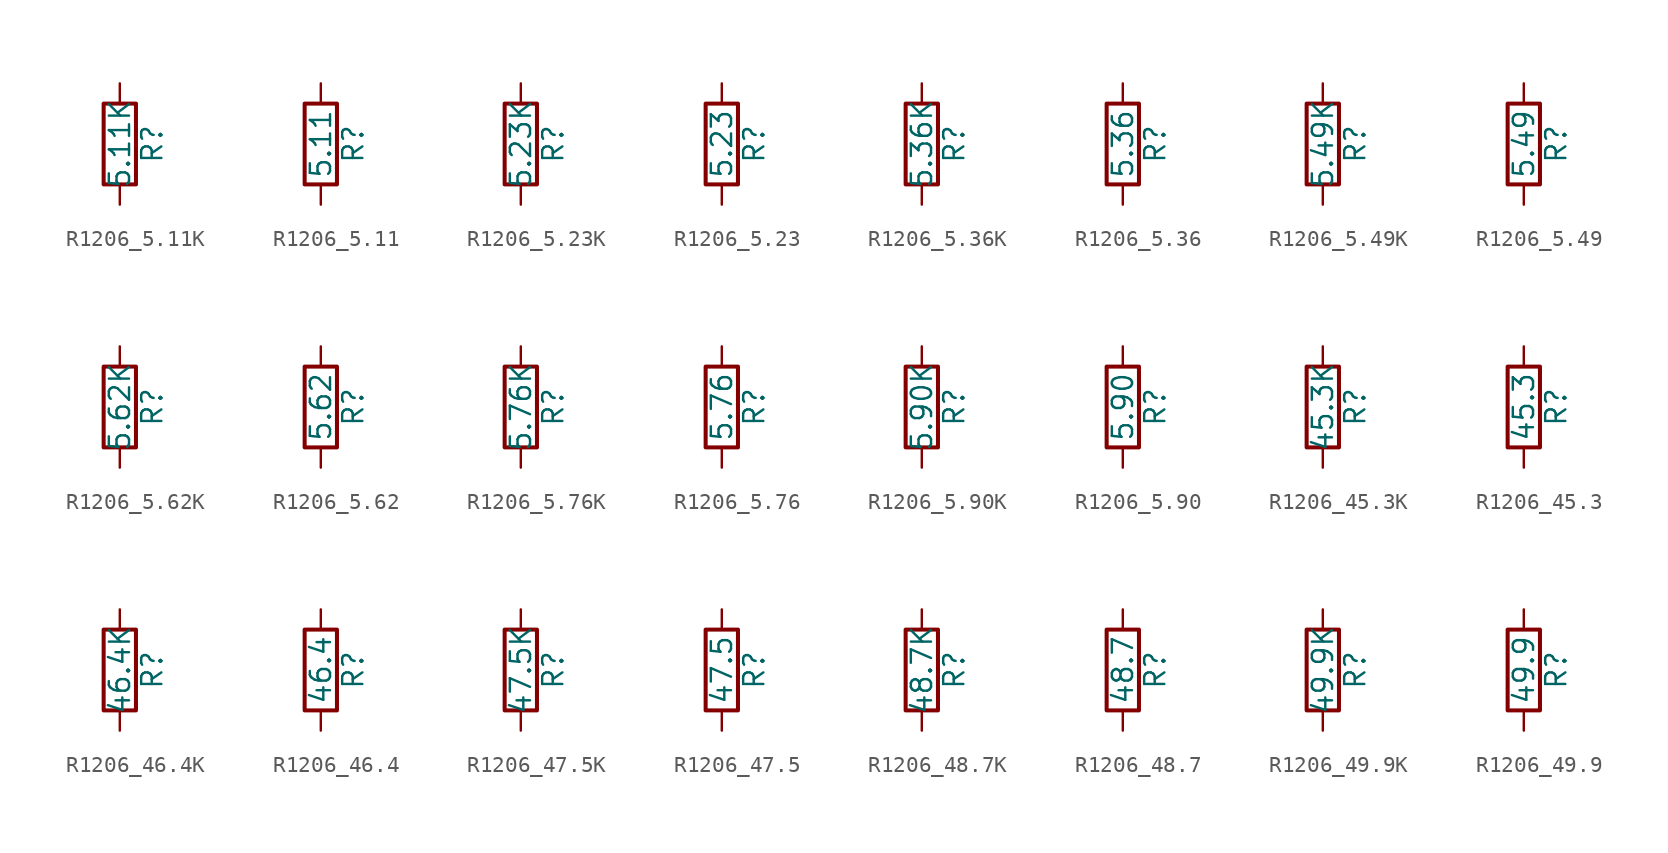
<source format=kicad_sym>
(kicad_symbol_lib
  (version 20211014)
  (generator atlantix-eda)
  (symbol "R1206_5.11K"
    (pin_numbers hide)
    (pin_names
      (offset 0))
    (property "Reference" "R"
      (at 2.032 0 90)
      (effects (font (size 1.27 1.27))))
    (property "Value" "5.11K"
      (at 0 0 90)
      (effects (font (size 1.27 1.27))))
    (symbol "R1206_5.11K_0_1"
      (rectangle (start -1.016 -2.54) (end 1.016 2.54) (stroke (width 0.254) (type default) (color 0 0 0 0)) (fill (type none))))
    (symbol "R1206_5.11K_1_1"
      (pin passive line (at 0 3.81 270) (length 1.27) (name "~" (effects (font (size 1.27 1.27)))) (number "1" (effects (font (size 1.27 1.27)))))
      (pin passive line (at 0 -3.81 90) (length 1.27) (name "~" (effects (font (size 1.27 1.27)))) (number "2" (effects (font (size 1.27 1.27)))))))
  (symbol "R1206_5.11"
    (pin_numbers hide)
    (pin_names
      (offset 0))
    (property "Reference" "R"
      (at 2.032 0 90)
      (effects (font (size 1.27 1.27))))
    (property "Value" "5.11"
      (at 0 0 90)
      (effects (font (size 1.27 1.27))))
    (symbol "R1206_5.11_0_1"
      (rectangle (start -1.016 -2.54) (end 1.016 2.54) (stroke (width 0.254) (type default) (color 0 0 0 0)) (fill (type none))))
    (symbol "R1206_5.11_1_1"
      (pin passive line (at 0 3.81 270) (length 1.27) (name "~" (effects (font (size 1.27 1.27)))) (number "1" (effects (font (size 1.27 1.27)))))
      (pin passive line (at 0 -3.81 90) (length 1.27) (name "~" (effects (font (size 1.27 1.27)))) (number "2" (effects (font (size 1.27 1.27)))))))
  (symbol "R1206_5.23K"
    (pin_numbers hide)
    (pin_names
      (offset 0))
    (property "Reference" "R"
      (at 2.032 0 90)
      (effects (font (size 1.27 1.27))))
    (property "Value" "5.23K"
      (at 0 0 90)
      (effects (font (size 1.27 1.27))))
    (symbol "R1206_5.23K_0_1"
      (rectangle (start -1.016 -2.54) (end 1.016 2.54) (stroke (width 0.254) (type default) (color 0 0 0 0)) (fill (type none))))
    (symbol "R1206_5.23K_1_1"
      (pin passive line (at 0 3.81 270) (length 1.27) (name "~" (effects (font (size 1.27 1.27)))) (number "1" (effects (font (size 1.27 1.27)))))
      (pin passive line (at 0 -3.81 90) (length 1.27) (name "~" (effects (font (size 1.27 1.27)))) (number "2" (effects (font (size 1.27 1.27)))))))
  (symbol "R1206_5.23"
    (pin_numbers hide)
    (pin_names
      (offset 0))
    (property "Reference" "R"
      (at 2.032 0 90)
      (effects (font (size 1.27 1.27))))
    (property "Value" "5.23"
      (at 0 0 90)
      (effects (font (size 1.27 1.27))))
    (symbol "R1206_5.23_0_1"
      (rectangle (start -1.016 -2.54) (end 1.016 2.54) (stroke (width 0.254) (type default) (color 0 0 0 0)) (fill (type none))))
    (symbol "R1206_5.23_1_1"
      (pin passive line (at 0 3.81 270) (length 1.27) (name "~" (effects (font (size 1.27 1.27)))) (number "1" (effects (font (size 1.27 1.27)))))
      (pin passive line (at 0 -3.81 90) (length 1.27) (name "~" (effects (font (size 1.27 1.27)))) (number "2" (effects (font (size 1.27 1.27)))))))
  (symbol "R1206_5.36K"
    (pin_numbers hide)
    (pin_names
      (offset 0))
    (property "Reference" "R"
      (at 2.032 0 90)
      (effects (font (size 1.27 1.27))))
    (property "Value" "5.36K"
      (at 0 0 90)
      (effects (font (size 1.27 1.27))))
    (symbol "R1206_5.36K_0_1"
      (rectangle (start -1.016 -2.54) (end 1.016 2.54) (stroke (width 0.254) (type default) (color 0 0 0 0)) (fill (type none))))
    (symbol "R1206_5.36K_1_1"
      (pin passive line (at 0 3.81 270) (length 1.27) (name "~" (effects (font (size 1.27 1.27)))) (number "1" (effects (font (size 1.27 1.27)))))
      (pin passive line (at 0 -3.81 90) (length 1.27) (name "~" (effects (font (size 1.27 1.27)))) (number "2" (effects (font (size 1.27 1.27)))))))
  (symbol "R1206_5.36"
    (pin_numbers hide)
    (pin_names
      (offset 0))
    (property "Reference" "R"
      (at 2.032 0 90)
      (effects (font (size 1.27 1.27))))
    (property "Value" "5.36"
      (at 0 0 90)
      (effects (font (size 1.27 1.27))))
    (symbol "R1206_5.36_0_1"
      (rectangle (start -1.016 -2.54) (end 1.016 2.54) (stroke (width 0.254) (type default) (color 0 0 0 0)) (fill (type none))))
    (symbol "R1206_5.36_1_1"
      (pin passive line (at 0 3.81 270) (length 1.27) (name "~" (effects (font (size 1.27 1.27)))) (number "1" (effects (font (size 1.27 1.27)))))
      (pin passive line (at 0 -3.81 90) (length 1.27) (name "~" (effects (font (size 1.27 1.27)))) (number "2" (effects (font (size 1.27 1.27)))))))
  (symbol "R1206_5.49K"
    (pin_numbers hide)
    (pin_names
      (offset 0))
    (property "Reference" "R"
      (at 2.032 0 90)
      (effects (font (size 1.27 1.27))))
    (property "Value" "5.49K"
      (at 0 0 90)
      (effects (font (size 1.27 1.27))))
    (symbol "R1206_5.49K_0_1"
      (rectangle (start -1.016 -2.54) (end 1.016 2.54) (stroke (width 0.254) (type default) (color 0 0 0 0)) (fill (type none))))
    (symbol "R1206_5.49K_1_1"
      (pin passive line (at 0 3.81 270) (length 1.27) (name "~" (effects (font (size 1.27 1.27)))) (number "1" (effects (font (size 1.27 1.27)))))
      (pin passive line (at 0 -3.81 90) (length 1.27) (name "~" (effects (font (size 1.27 1.27)))) (number "2" (effects (font (size 1.27 1.27)))))))
  (symbol "R1206_5.49"
    (pin_numbers hide)
    (pin_names
      (offset 0))
    (property "Reference" "R"
      (at 2.032 0 90)
      (effects (font (size 1.27 1.27))))
    (property "Value" "5.49"
      (at 0 0 90)
      (effects (font (size 1.27 1.27))))
    (symbol "R1206_5.49_0_1"
      (rectangle (start -1.016 -2.54) (end 1.016 2.54) (stroke (width 0.254) (type default) (color 0 0 0 0)) (fill (type none))))
    (symbol "R1206_5.49_1_1"
      (pin passive line (at 0 3.81 270) (length 1.27) (name "~" (effects (font (size 1.27 1.27)))) (number "1" (effects (font (size 1.27 1.27)))))
      (pin passive line (at 0 -3.81 90) (length 1.27) (name "~" (effects (font (size 1.27 1.27)))) (number "2" (effects (font (size 1.27 1.27)))))))
  (symbol "R1206_5.62K"
    (pin_numbers hide)
    (pin_names
      (offset 0))
    (property "Reference" "R"
      (at 2.032 0 90)
      (effects (font (size 1.27 1.27))))
    (property "Value" "5.62K"
      (at 0 0 90)
      (effects (font (size 1.27 1.27))))
    (symbol "R1206_5.62K_0_1"
      (rectangle (start -1.016 -2.54) (end 1.016 2.54) (stroke (width 0.254) (type default) (color 0 0 0 0)) (fill (type none))))
    (symbol "R1206_5.62K_1_1"
      (pin passive line (at 0 3.81 270) (length 1.27) (name "~" (effects (font (size 1.27 1.27)))) (number "1" (effects (font (size 1.27 1.27)))))
      (pin passive line (at 0 -3.81 90) (length 1.27) (name "~" (effects (font (size 1.27 1.27)))) (number "2" (effects (font (size 1.27 1.27)))))))
  (symbol "R1206_5.62"
    (pin_numbers hide)
    (pin_names
      (offset 0))
    (property "Reference" "R"
      (at 2.032 0 90)
      (effects (font (size 1.27 1.27))))
    (property "Value" "5.62"
      (at 0 0 90)
      (effects (font (size 1.27 1.27))))
    (symbol "R1206_5.62_0_1"
      (rectangle (start -1.016 -2.54) (end 1.016 2.54) (stroke (width 0.254) (type default) (color 0 0 0 0)) (fill (type none))))
    (symbol "R1206_5.62_1_1"
      (pin passive line (at 0 3.81 270) (length 1.27) (name "~" (effects (font (size 1.27 1.27)))) (number "1" (effects (font (size 1.27 1.27)))))
      (pin passive line (at 0 -3.81 90) (length 1.27) (name "~" (effects (font (size 1.27 1.27)))) (number "2" (effects (font (size 1.27 1.27)))))))
  (symbol "R1206_5.76K"
    (pin_numbers hide)
    (pin_names
      (offset 0))
    (property "Reference" "R"
      (at 2.032 0 90)
      (effects (font (size 1.27 1.27))))
    (property "Value" "5.76K"
      (at 0 0 90)
      (effects (font (size 1.27 1.27))))
    (symbol "R1206_5.76K_0_1"
      (rectangle (start -1.016 -2.54) (end 1.016 2.54) (stroke (width 0.254) (type default) (color 0 0 0 0)) (fill (type none))))
    (symbol "R1206_5.76K_1_1"
      (pin passive line (at 0 3.81 270) (length 1.27) (name "~" (effects (font (size 1.27 1.27)))) (number "1" (effects (font (size 1.27 1.27)))))
      (pin passive line (at 0 -3.81 90) (length 1.27) (name "~" (effects (font (size 1.27 1.27)))) (number "2" (effects (font (size 1.27 1.27)))))))
  (symbol "R1206_5.76"
    (pin_numbers hide)
    (pin_names
      (offset 0))
    (property "Reference" "R"
      (at 2.032 0 90)
      (effects (font (size 1.27 1.27))))
    (property "Value" "5.76"
      (at 0 0 90)
      (effects (font (size 1.27 1.27))))
    (symbol "R1206_5.76_0_1"
      (rectangle (start -1.016 -2.54) (end 1.016 2.54) (stroke (width 0.254) (type default) (color 0 0 0 0)) (fill (type none))))
    (symbol "R1206_5.76_1_1"
      (pin passive line (at 0 3.81 270) (length 1.27) (name "~" (effects (font (size 1.27 1.27)))) (number "1" (effects (font (size 1.27 1.27)))))
      (pin passive line (at 0 -3.81 90) (length 1.27) (name "~" (effects (font (size 1.27 1.27)))) (number "2" (effects (font (size 1.27 1.27)))))))
  (symbol "R1206_5.90K"
    (pin_numbers hide)
    (pin_names
      (offset 0))
    (property "Reference" "R"
      (at 2.032 0 90)
      (effects (font (size 1.27 1.27))))
    (property "Value" "5.90K"
      (at 0 0 90)
      (effects (font (size 1.27 1.27))))
    (symbol "R1206_5.90K_0_1"
      (rectangle (start -1.016 -2.54) (end 1.016 2.54) (stroke (width 0.254) (type default) (color 0 0 0 0)) (fill (type none))))
    (symbol "R1206_5.90K_1_1"
      (pin passive line (at 0 3.81 270) (length 1.27) (name "~" (effects (font (size 1.27 1.27)))) (number "1" (effects (font (size 1.27 1.27)))))
      (pin passive line (at 0 -3.81 90) (length 1.27) (name "~" (effects (font (size 1.27 1.27)))) (number "2" (effects (font (size 1.27 1.27)))))))
  (symbol "R1206_5.90"
    (pin_numbers hide)
    (pin_names
      (offset 0))
    (property "Reference" "R"
      (at 2.032 0 90)
      (effects (font (size 1.27 1.27))))
    (property "Value" "5.90"
      (at 0 0 90)
      (effects (font (size 1.27 1.27))))
    (symbol "R1206_5.90_0_1"
      (rectangle (start -1.016 -2.54) (end 1.016 2.54) (stroke (width 0.254) (type default) (color 0 0 0 0)) (fill (type none))))
    (symbol "R1206_5.90_1_1"
      (pin passive line (at 0 3.81 270) (length 1.27) (name "~" (effects (font (size 1.27 1.27)))) (number "1" (effects (font (size 1.27 1.27)))))
      (pin passive line (at 0 -3.81 90) (length 1.27) (name "~" (effects (font (size 1.27 1.27)))) (number "2" (effects (font (size 1.27 1.27)))))))
  (symbol "R1206_45.3K"
    (pin_numbers hide)
    (pin_names
      (offset 0))
    (property "Reference" "R"
      (at 2.032 0 90)
      (effects (font (size 1.27 1.27))))
    (property "Value" "45.3K"
      (at 0 0 90)
      (effects (font (size 1.27 1.27))))
    (symbol "R1206_45.3K_0_1"
      (rectangle (start -1.016 -2.54) (end 1.016 2.54) (stroke (width 0.254) (type default) (color 0 0 0 0)) (fill (type none))))
    (symbol "R1206_45.3K_1_1"
      (pin passive line (at 0 3.81 270) (length 1.27) (name "~" (effects (font (size 1.27 1.27)))) (number "1" (effects (font (size 1.27 1.27)))))
      (pin passive line (at 0 -3.81 90) (length 1.27) (name "~" (effects (font (size 1.27 1.27)))) (number "2" (effects (font (size 1.27 1.27)))))))
  (symbol "R1206_45.3"
    (pin_numbers hide)
    (pin_names
      (offset 0))
    (property "Reference" "R"
      (at 2.032 0 90)
      (effects (font (size 1.27 1.27))))
    (property "Value" "45.3"
      (at 0 0 90)
      (effects (font (size 1.27 1.27))))
    (symbol "R1206_45.3_0_1"
      (rectangle (start -1.016 -2.54) (end 1.016 2.54) (stroke (width 0.254) (type default) (color 0 0 0 0)) (fill (type none))))
    (symbol "R1206_45.3_1_1"
      (pin passive line (at 0 3.81 270) (length 1.27) (name "~" (effects (font (size 1.27 1.27)))) (number "1" (effects (font (size 1.27 1.27)))))
      (pin passive line (at 0 -3.81 90) (length 1.27) (name "~" (effects (font (size 1.27 1.27)))) (number "2" (effects (font (size 1.27 1.27)))))))
  (symbol "R1206_46.4K"
    (pin_numbers hide)
    (pin_names
      (offset 0))
    (property "Reference" "R"
      (at 2.032 0 90)
      (effects (font (size 1.27 1.27))))
    (property "Value" "46.4K"
      (at 0 0 90)
      (effects (font (size 1.27 1.27))))
    (symbol "R1206_46.4K_0_1"
      (rectangle (start -1.016 -2.54) (end 1.016 2.54) (stroke (width 0.254) (type default) (color 0 0 0 0)) (fill (type none))))
    (symbol "R1206_46.4K_1_1"
      (pin passive line (at 0 3.81 270) (length 1.27) (name "~" (effects (font (size 1.27 1.27)))) (number "1" (effects (font (size 1.27 1.27)))))
      (pin passive line (at 0 -3.81 90) (length 1.27) (name "~" (effects (font (size 1.27 1.27)))) (number "2" (effects (font (size 1.27 1.27)))))))
  (symbol "R1206_46.4"
    (pin_numbers hide)
    (pin_names
      (offset 0))
    (property "Reference" "R"
      (at 2.032 0 90)
      (effects (font (size 1.27 1.27))))
    (property "Value" "46.4"
      (at 0 0 90)
      (effects (font (size 1.27 1.27))))
    (symbol "R1206_46.4_0_1"
      (rectangle (start -1.016 -2.54) (end 1.016 2.54) (stroke (width 0.254) (type default) (color 0 0 0 0)) (fill (type none))))
    (symbol "R1206_46.4_1_1"
      (pin passive line (at 0 3.81 270) (length 1.27) (name "~" (effects (font (size 1.27 1.27)))) (number "1" (effects (font (size 1.27 1.27)))))
      (pin passive line (at 0 -3.81 90) (length 1.27) (name "~" (effects (font (size 1.27 1.27)))) (number "2" (effects (font (size 1.27 1.27)))))))
  (symbol "R1206_47.5K"
    (pin_numbers hide)
    (pin_names
      (offset 0))
    (property "Reference" "R"
      (at 2.032 0 90)
      (effects (font (size 1.27 1.27))))
    (property "Value" "47.5K"
      (at 0 0 90)
      (effects (font (size 1.27 1.27))))
    (symbol "R1206_47.5K_0_1"
      (rectangle (start -1.016 -2.54) (end 1.016 2.54) (stroke (width 0.254) (type default) (color 0 0 0 0)) (fill (type none))))
    (symbol "R1206_47.5K_1_1"
      (pin passive line (at 0 3.81 270) (length 1.27) (name "~" (effects (font (size 1.27 1.27)))) (number "1" (effects (font (size 1.27 1.27)))))
      (pin passive line (at 0 -3.81 90) (length 1.27) (name "~" (effects (font (size 1.27 1.27)))) (number "2" (effects (font (size 1.27 1.27)))))))
  (symbol "R1206_47.5"
    (pin_numbers hide)
    (pin_names
      (offset 0))
    (property "Reference" "R"
      (at 2.032 0 90)
      (effects (font (size 1.27 1.27))))
    (property "Value" "47.5"
      (at 0 0 90)
      (effects (font (size 1.27 1.27))))
    (symbol "R1206_47.5_0_1"
      (rectangle (start -1.016 -2.54) (end 1.016 2.54) (stroke (width 0.254) (type default) (color 0 0 0 0)) (fill (type none))))
    (symbol "R1206_47.5_1_1"
      (pin passive line (at 0 3.81 270) (length 1.27) (name "~" (effects (font (size 1.27 1.27)))) (number "1" (effects (font (size 1.27 1.27)))))
      (pin passive line (at 0 -3.81 90) (length 1.27) (name "~" (effects (font (size 1.27 1.27)))) (number "2" (effects (font (size 1.27 1.27)))))))
  (symbol "R1206_48.7K"
    (pin_numbers hide)
    (pin_names
      (offset 0))
    (property "Reference" "R"
      (at 2.032 0 90)
      (effects (font (size 1.27 1.27))))
    (property "Value" "48.7K"
      (at 0 0 90)
      (effects (font (size 1.27 1.27))))
    (symbol "R1206_48.7K_0_1"
      (rectangle (start -1.016 -2.54) (end 1.016 2.54) (stroke (width 0.254) (type default) (color 0 0 0 0)) (fill (type none))))
    (symbol "R1206_48.7K_1_1"
      (pin passive line (at 0 3.81 270) (length 1.27) (name "~" (effects (font (size 1.27 1.27)))) (number "1" (effects (font (size 1.27 1.27)))))
      (pin passive line (at 0 -3.81 90) (length 1.27) (name "~" (effects (font (size 1.27 1.27)))) (number "2" (effects (font (size 1.27 1.27)))))))
  (symbol "R1206_48.7"
    (pin_numbers hide)
    (pin_names
      (offset 0))
    (property "Reference" "R"
      (at 2.032 0 90)
      (effects (font (size 1.27 1.27))))
    (property "Value" "48.7"
      (at 0 0 90)
      (effects (font (size 1.27 1.27))))
    (symbol "R1206_48.7_0_1"
      (rectangle (start -1.016 -2.54) (end 1.016 2.54) (stroke (width 0.254) (type default) (color 0 0 0 0)) (fill (type none))))
    (symbol "R1206_48.7_1_1"
      (pin passive line (at 0 3.81 270) (length 1.27) (name "~" (effects (font (size 1.27 1.27)))) (number "1" (effects (font (size 1.27 1.27)))))
      (pin passive line (at 0 -3.81 90) (length 1.27) (name "~" (effects (font (size 1.27 1.27)))) (number "2" (effects (font (size 1.27 1.27)))))))
  (symbol "R1206_49.9K"
    (pin_numbers hide)
    (pin_names
      (offset 0))
    (property "Reference" "R"
      (at 2.032 0 90)
      (effects (font (size 1.27 1.27))))
    (property "Value" "49.9K"
      (at 0 0 90)
      (effects (font (size 1.27 1.27))))
    (symbol "R1206_49.9K_0_1"
      (rectangle (start -1.016 -2.54) (end 1.016 2.54) (stroke (width 0.254) (type default) (color 0 0 0 0)) (fill (type none))))
    (symbol "R1206_49.9K_1_1"
      (pin passive line (at 0 3.81 270) (length 1.27) (name "~" (effects (font (size 1.27 1.27)))) (number "1" (effects (font (size 1.27 1.27)))))
      (pin passive line (at 0 -3.81 90) (length 1.27) (name "~" (effects (font (size 1.27 1.27)))) (number "2" (effects (font (size 1.27 1.27)))))))
  (symbol "R1206_49.9"
    (pin_numbers hide)
    (pin_names
      (offset 0))
    (property "Reference" "R"
      (at 2.032 0 90)
      (effects (font (size 1.27 1.27))))
    (property "Value" "49.9"
      (at 0 0 90)
      (effects (font (size 1.27 1.27))))
    (symbol "R1206_49.9_0_1"
      (rectangle (start -1.016 -2.54) (end 1.016 2.54) (stroke (width 0.254) (type default) (color 0 0 0 0)) (fill (type none))))
    (symbol "R1206_49.9_1_1"
      (pin passive line (at 0 3.81 270) (length 1.27) (name "~" (effects (font (size 1.27 1.27)))) (number "1" (effects (font (size 1.27 1.27)))))
      (pin passive line (at 0 -3.81 90) (length 1.27) (name "~" (effects (font (size 1.27 1.27)))) (number "2" (effects (font (size 1.27 1.27))))))))
</source>
